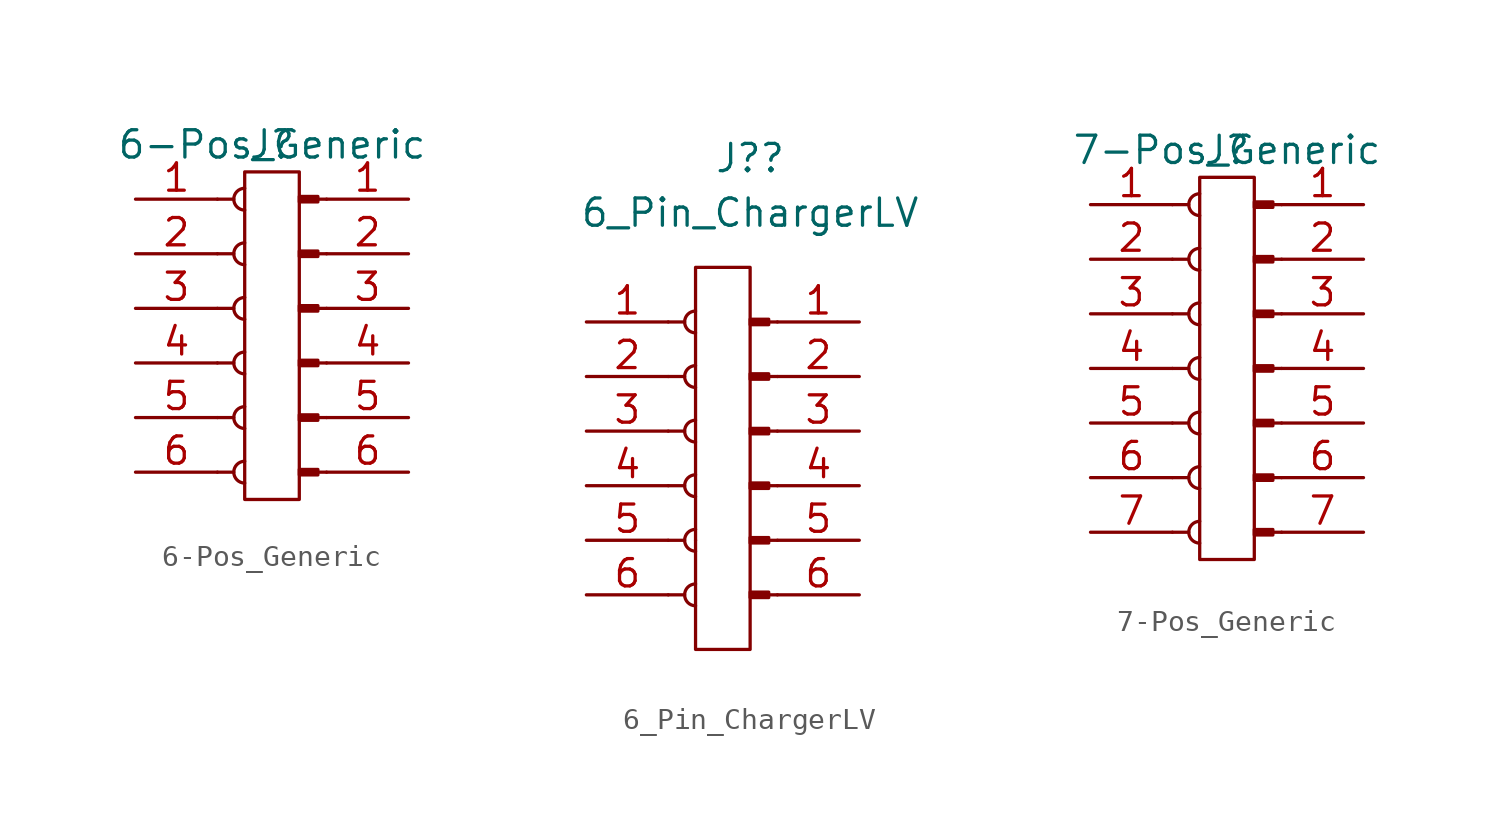
<source format=kicad_sym>
(kicad_symbol_lib
  (version 20211014)
  (generator kicad_symbol_editor)
  (symbol "6-Pos_Generic"
    (pin_names
      (offset 1.016))
    (property "Reference" "J"
      (at 0 0 0)
      (effects (font (size 1.27 1.27))))
    (property "Value" "6-Pos_Generic"
      (at 0 0 0)
      (effects (font (size 1.27 1.27))))
    (symbol "6-Pos_Generic_0_1"
      (rectangle (start -1.27 -1.27) (end 1.27 -16.51) (stroke (width 0) (type default) (color 0 0 0 0)) (fill (type none))))
    (symbol "6-Pos_Generic_1_1"
      (arc (start -1.27 -14.732) (mid -1.778 -15.24) (end -1.27 -15.748) (stroke (width 0.1524) (type default) (color 0 0 0 0)) (fill (type none)))
      (arc (start -1.27 -12.192) (mid -1.778 -12.7) (end -1.27 -13.208) (stroke (width 0.1524) (type default) (color 0 0 0 0)) (fill (type none)))
      (arc (start -1.27 -9.652) (mid -1.778 -10.16) (end -1.27 -10.668) (stroke (width 0.1524) (type default) (color 0 0 0 0)) (fill (type none)))
      (arc (start -1.27 -7.112) (mid -1.778 -7.62) (end -1.27 -8.128) (stroke (width 0.1524) (type default) (color 0 0 0 0)) (fill (type none)))
      (arc (start -1.27 -4.572) (mid -1.778 -5.08) (end -1.27 -5.588) (stroke (width 0.1524) (type default) (color 0 0 0 0)) (fill (type none)))
      (arc (start -1.27 -2.032) (mid -1.778 -2.54) (end -1.27 -3.048) (stroke (width 0.1524) (type default) (color 0 0 0 0)) (fill (type none)))
      (polyline (pts (xy -2.54 -15.24) (xy -1.778 -15.24)) (stroke (width 0.152) (type default) (color 0 0 0 0)) (fill (type none)))
      (polyline (pts (xy -2.54 -12.7) (xy -1.778 -12.7)) (stroke (width 0.152) (type default) (color 0 0 0 0)) (fill (type none)))
      (polyline (pts (xy -2.54 -10.16) (xy -1.778 -10.16)) (stroke (width 0.152) (type default) (color 0 0 0 0)) (fill (type none)))
      (polyline (pts (xy -2.54 -7.62) (xy -1.778 -7.62)) (stroke (width 0.152) (type default) (color 0 0 0 0)) (fill (type none)))
      (polyline (pts (xy -2.54 -5.08) (xy -1.778 -5.08)) (stroke (width 0.152) (type default) (color 0 0 0 0)) (fill (type none)))
      (polyline (pts (xy -2.54 -2.54) (xy -1.778 -2.54)) (stroke (width 0.152) (type default) (color 0 0 0 0)) (fill (type none)))
      (polyline (pts (xy 2.54 -15.24) (xy 2.134 -15.24)) (stroke (width 0.152) (type default) (color 0 0 0 0)) (fill (type none)))
      (polyline (pts (xy 2.54 -12.7) (xy 2.134 -12.7)) (stroke (width 0.152) (type default) (color 0 0 0 0)) (fill (type none)))
      (polyline (pts (xy 2.54 -10.16) (xy 2.134 -10.16)) (stroke (width 0.152) (type default) (color 0 0 0 0)) (fill (type none)))
      (polyline (pts (xy 2.54 -7.62) (xy 2.134 -7.62)) (stroke (width 0.152) (type default) (color 0 0 0 0)) (fill (type none)))
      (polyline (pts (xy 2.54 -5.08) (xy 2.134 -5.08)) (stroke (width 0.152) (type default) (color 0 0 0 0)) (fill (type none)))
      (polyline (pts (xy 2.54 -2.54) (xy 2.134 -2.54)) (stroke (width 0.152) (type default) (color 0 0 0 0)) (fill (type none)))
      (rectangle (start 2.134 -15.113) (end 1.27 -15.367) (stroke (width 0.152) (type default) (color 0 0 0 0)) (fill (type outline)))
      (rectangle (start 2.134 -12.573) (end 1.27 -12.827) (stroke (width 0.152) (type default) (color 0 0 0 0)) (fill (type outline)))
      (rectangle (start 2.134 -10.033) (end 1.27 -10.287) (stroke (width 0.152) (type default) (color 0 0 0 0)) (fill (type outline)))
      (rectangle (start 2.134 -7.493) (end 1.27 -7.747) (stroke (width 0.152) (type default) (color 0 0 0 0)) (fill (type outline)))
      (rectangle (start 2.134 -4.953) (end 1.27 -5.207) (stroke (width 0.152) (type default) (color 0 0 0 0)) (fill (type outline)))
      (rectangle (start 2.134 -2.413) (end 1.27 -2.667) (stroke (width 0.152) (type default) (color 0 0 0 0)) (fill (type outline)))
      (pin passive line (at -6.35 -2.54 0) (length 3.81) (name "~" (effects (font (size 1.27 1.27)))) (number "1" (effects (font (size 1.27 1.27)))))
      (pin passive line (at 6.35 -2.54 180) (length 3.81) (name "~" (effects (font (size 1.27 1.27)))) (number "1" (effects (font (size 1.27 1.27)))))
      (pin passive line (at -6.35 -5.08 0) (length 3.81) (name "~" (effects (font (size 1.27 1.27)))) (number "2" (effects (font (size 1.27 1.27)))))
      (pin passive line (at 6.35 -5.08 180) (length 3.81) (name "~" (effects (font (size 1.27 1.27)))) (number "2" (effects (font (size 1.27 1.27)))))
      (pin passive line (at -6.35 -7.62 0) (length 3.81) (name "~" (effects (font (size 1.27 1.27)))) (number "3" (effects (font (size 1.27 1.27)))))
      (pin passive line (at 6.35 -7.62 180) (length 3.81) (name "~" (effects (font (size 1.27 1.27)))) (number "3" (effects (font (size 1.27 1.27)))))
      (pin passive line (at -6.35 -10.16 0) (length 3.81) (name "~" (effects (font (size 1.27 1.27)))) (number "4" (effects (font (size 1.27 1.27)))))
      (pin passive line (at 6.35 -10.16 180) (length 3.81) (name "~" (effects (font (size 1.27 1.27)))) (number "4" (effects (font (size 1.27 1.27)))))
      (pin passive line (at -6.35 -12.7 0) (length 3.81) (name "~" (effects (font (size 1.27 1.27)))) (number "5" (effects (font (size 1.27 1.27)))))
      (pin passive line (at 6.35 -12.7 180) (length 3.81) (name "~" (effects (font (size 1.27 1.27)))) (number "5" (effects (font (size 1.27 1.27)))))
      (pin passive line (at -6.35 -15.24 0) (length 3.81) (name "~" (effects (font (size 1.27 1.27)))) (number "6" (effects (font (size 1.27 1.27)))))
      (pin passive line (at 6.35 -15.24 180) (length 3.81) (name "~" (effects (font (size 1.27 1.27)))) (number "6" (effects (font (size 1.27 1.27)))))))
  (symbol "6_Pin_ChargerLV"
    (pin_names
      (offset 1.016) hide)
    (property "Reference" "J?"
      (at 0 12.7 0)
      (effects (font (size 1.27 1.27))))
    (property "Value" "6_Pin_ChargerLV"
      (at 0 10.16 0)
      (effects (font (size 1.27 1.27))))
    (symbol "6_Pin_ChargerLV_0_1"
      (rectangle (start -2.54 -5.08) (end -2.54 -5.08) (stroke (width 0) (type default) (color 0 0 0 0)) (fill (type none)))
      (rectangle (start -2.54 7.62) (end 0 -10.16) (stroke (width 0) (type default) (color 0 0 0 0)) (fill (type none))))
    (symbol "6_Pin_ChargerLV_1_1"
      (arc (start -2.54 -7.112) (mid -3.048 -7.62) (end -2.54 -8.128) (stroke (width 0.1524) (type default) (color 0 0 0 0)) (fill (type none)))
      (arc (start -2.54 -4.572) (mid -3.048 -5.08) (end -2.54 -5.588) (stroke (width 0.1524) (type default) (color 0 0 0 0)) (fill (type none)))
      (arc (start -2.54 -2.032) (mid -3.048 -2.54) (end -2.54 -3.048) (stroke (width 0.1524) (type default) (color 0 0 0 0)) (fill (type none)))
      (arc (start -2.54 0.508) (mid -3.048 0) (end -2.54 -0.508) (stroke (width 0.1524) (type default) (color 0 0 0 0)) (fill (type none)))
      (arc (start -2.54 3.048) (mid -3.048 2.54) (end -2.54 2.032) (stroke (width 0.1524) (type default) (color 0 0 0 0)) (fill (type none)))
      (arc (start -2.54 5.588) (mid -3.048 5.08) (end -2.54 4.572) (stroke (width 0.1524) (type default) (color 0 0 0 0)) (fill (type none)))
      (polyline (pts (xy -3.81 -7.62) (xy -3.048 -7.62)) (stroke (width 0.152) (type default) (color 0 0 0 0)) (fill (type none)))
      (polyline (pts (xy -3.81 -5.08) (xy -3.048 -5.08)) (stroke (width 0.152) (type default) (color 0 0 0 0)) (fill (type none)))
      (polyline (pts (xy -3.81 -2.54) (xy -3.048 -2.54)) (stroke (width 0.152) (type default) (color 0 0 0 0)) (fill (type none)))
      (polyline (pts (xy -3.81 0) (xy -3.048 0)) (stroke (width 0.152) (type default) (color 0 0 0 0)) (fill (type none)))
      (polyline (pts (xy -3.81 2.54) (xy -3.048 2.54)) (stroke (width 0.152) (type default) (color 0 0 0 0)) (fill (type none)))
      (polyline (pts (xy -3.81 5.08) (xy -3.048 5.08)) (stroke (width 0.152) (type default) (color 0 0 0 0)) (fill (type none)))
      (polyline (pts (xy 1.27 -7.62) (xy 0.864 -7.62)) (stroke (width 0.152) (type default) (color 0 0 0 0)) (fill (type none)))
      (polyline (pts (xy 1.27 -5.08) (xy 0.864 -5.08)) (stroke (width 0.152) (type default) (color 0 0 0 0)) (fill (type none)))
      (polyline (pts (xy 1.27 -2.54) (xy 0.864 -2.54)) (stroke (width 0.152) (type default) (color 0 0 0 0)) (fill (type none)))
      (polyline (pts (xy 1.27 0) (xy 0.864 0)) (stroke (width 0.152) (type default) (color 0 0 0 0)) (fill (type none)))
      (polyline (pts (xy 1.27 2.54) (xy 0.864 2.54)) (stroke (width 0.152) (type default) (color 0 0 0 0)) (fill (type none)))
      (polyline (pts (xy 1.27 5.08) (xy 0.864 5.08)) (stroke (width 0.152) (type default) (color 0 0 0 0)) (fill (type none)))
      (rectangle (start 0.864 -7.493) (end 0 -7.747) (stroke (width 0.152) (type default) (color 0 0 0 0)) (fill (type outline)))
      (rectangle (start 0.864 -4.953) (end 0 -5.207) (stroke (width 0.152) (type default) (color 0 0 0 0)) (fill (type outline)))
      (rectangle (start 0.864 -2.413) (end 0 -2.667) (stroke (width 0.152) (type default) (color 0 0 0 0)) (fill (type outline)))
      (rectangle (start 0.864 0.127) (end 0 -0.127) (stroke (width 0.152) (type default) (color 0 0 0 0)) (fill (type outline)))
      (rectangle (start 0.864 2.667) (end 0 2.413) (stroke (width 0.152) (type default) (color 0 0 0 0)) (fill (type outline)))
      (rectangle (start 0.864 5.207) (end 0 4.953) (stroke (width 0.152) (type default) (color 0 0 0 0)) (fill (type outline)))
      (pin passive line (at -7.62 5.08 0) (length 3.81) (name "Pin_1" (effects (font (size 1.27 1.27)))) (number "1" (effects (font (size 1.27 1.27)))))
      (pin passive line (at 5.08 5.08 180) (length 3.81) (name "Pin_1" (effects (font (size 1.27 1.27)))) (number "1" (effects (font (size 1.27 1.27)))))
      (pin passive line (at -7.62 2.54 0) (length 3.81) (name "Pin_2" (effects (font (size 1.27 1.27)))) (number "2" (effects (font (size 1.27 1.27)))))
      (pin passive line (at 5.08 2.54 180) (length 3.81) (name "Pin_2" (effects (font (size 1.27 1.27)))) (number "2" (effects (font (size 1.27 1.27)))))
      (pin passive line (at -7.62 0 0) (length 3.81) (name "Pin_3" (effects (font (size 1.27 1.27)))) (number "3" (effects (font (size 1.27 1.27)))))
      (pin passive line (at 5.08 0 180) (length 3.81) (name "Pin_3" (effects (font (size 1.27 1.27)))) (number "3" (effects (font (size 1.27 1.27)))))
      (pin passive line (at -7.62 -2.54 0) (length 3.81) (name "Pin_4" (effects (font (size 1.27 1.27)))) (number "4" (effects (font (size 1.27 1.27)))))
      (pin passive line (at 5.08 -2.54 180) (length 3.81) (name "Pin_4" (effects (font (size 1.27 1.27)))) (number "4" (effects (font (size 1.27 1.27)))))
      (pin passive line (at -7.62 -5.08 0) (length 3.81) (name "Pin_5" (effects (font (size 1.27 1.27)))) (number "5" (effects (font (size 1.27 1.27)))))
      (pin passive line (at 5.08 -5.08 180) (length 3.81) (name "Pin_5" (effects (font (size 1.27 1.27)))) (number "5" (effects (font (size 1.27 1.27)))))
      (pin passive line (at -7.62 -7.62 0) (length 3.81) (name "Pin_6" (effects (font (size 1.27 1.27)))) (number "6" (effects (font (size 1.27 1.27)))))
      (pin passive line (at 5.08 -7.62 180) (length 3.81) (name "Pin_6" (effects (font (size 1.27 1.27)))) (number "6" (effects (font (size 1.27 1.27)))))))
  (symbol "7-Pos_Generic"
    (pin_names
      (offset 1.016))
    (property "Reference" "J"
      (at 0 0 0)
      (effects (font (size 1.27 1.27))))
    (property "Value" "7-Pos_Generic"
      (at 0 0 0)
      (effects (font (size 1.27 1.27))))
    (symbol "7-Pos_Generic_0_1"
      (rectangle (start -1.27 -1.27) (end 1.27 -19.05) (stroke (width 0) (type default) (color 0 0 0 0)) (fill (type none))))
    (symbol "7-Pos_Generic_1_1"
      (arc (start -1.27 -17.272) (mid -1.778 -17.78) (end -1.27 -18.288) (stroke (width 0.1524) (type default) (color 0 0 0 0)) (fill (type none)))
      (arc (start -1.27 -14.732) (mid -1.778 -15.24) (end -1.27 -15.748) (stroke (width 0.1524) (type default) (color 0 0 0 0)) (fill (type none)))
      (arc (start -1.27 -12.192) (mid -1.778 -12.7) (end -1.27 -13.208) (stroke (width 0.1524) (type default) (color 0 0 0 0)) (fill (type none)))
      (arc (start -1.27 -9.652) (mid -1.778 -10.16) (end -1.27 -10.668) (stroke (width 0.1524) (type default) (color 0 0 0 0)) (fill (type none)))
      (arc (start -1.27 -7.112) (mid -1.778 -7.62) (end -1.27 -8.128) (stroke (width 0.1524) (type default) (color 0 0 0 0)) (fill (type none)))
      (arc (start -1.27 -4.572) (mid -1.778 -5.08) (end -1.27 -5.588) (stroke (width 0.1524) (type default) (color 0 0 0 0)) (fill (type none)))
      (arc (start -1.27 -2.032) (mid -1.778 -2.54) (end -1.27 -3.048) (stroke (width 0.1524) (type default) (color 0 0 0 0)) (fill (type none)))
      (polyline (pts (xy -2.54 -17.78) (xy -1.778 -17.78)) (stroke (width 0.152) (type default) (color 0 0 0 0)) (fill (type none)))
      (polyline (pts (xy -2.54 -15.24) (xy -1.778 -15.24)) (stroke (width 0.152) (type default) (color 0 0 0 0)) (fill (type none)))
      (polyline (pts (xy -2.54 -12.7) (xy -1.778 -12.7)) (stroke (width 0.152) (type default) (color 0 0 0 0)) (fill (type none)))
      (polyline (pts (xy -2.54 -10.16) (xy -1.778 -10.16)) (stroke (width 0.152) (type default) (color 0 0 0 0)) (fill (type none)))
      (polyline (pts (xy -2.54 -7.62) (xy -1.778 -7.62)) (stroke (width 0.152) (type default) (color 0 0 0 0)) (fill (type none)))
      (polyline (pts (xy -2.54 -5.08) (xy -1.778 -5.08)) (stroke (width 0.152) (type default) (color 0 0 0 0)) (fill (type none)))
      (polyline (pts (xy -2.54 -2.54) (xy -1.778 -2.54)) (stroke (width 0.152) (type default) (color 0 0 0 0)) (fill (type none)))
      (polyline (pts (xy 2.54 -17.78) (xy 2.134 -17.78)) (stroke (width 0.152) (type default) (color 0 0 0 0)) (fill (type none)))
      (polyline (pts (xy 2.54 -15.24) (xy 2.134 -15.24)) (stroke (width 0.152) (type default) (color 0 0 0 0)) (fill (type none)))
      (polyline (pts (xy 2.54 -12.7) (xy 2.134 -12.7)) (stroke (width 0.152) (type default) (color 0 0 0 0)) (fill (type none)))
      (polyline (pts (xy 2.54 -10.16) (xy 2.134 -10.16)) (stroke (width 0.152) (type default) (color 0 0 0 0)) (fill (type none)))
      (polyline (pts (xy 2.54 -7.62) (xy 2.134 -7.62)) (stroke (width 0.152) (type default) (color 0 0 0 0)) (fill (type none)))
      (polyline (pts (xy 2.54 -5.08) (xy 2.134 -5.08)) (stroke (width 0.152) (type default) (color 0 0 0 0)) (fill (type none)))
      (polyline (pts (xy 2.54 -2.54) (xy 2.134 -2.54)) (stroke (width 0.152) (type default) (color 0 0 0 0)) (fill (type none)))
      (rectangle (start 2.134 -17.653) (end 1.27 -17.907) (stroke (width 0.152) (type default) (color 0 0 0 0)) (fill (type outline)))
      (rectangle (start 2.134 -15.113) (end 1.27 -15.367) (stroke (width 0.152) (type default) (color 0 0 0 0)) (fill (type outline)))
      (rectangle (start 2.134 -12.573) (end 1.27 -12.827) (stroke (width 0.152) (type default) (color 0 0 0 0)) (fill (type outline)))
      (rectangle (start 2.134 -10.033) (end 1.27 -10.287) (stroke (width 0.152) (type default) (color 0 0 0 0)) (fill (type outline)))
      (rectangle (start 2.134 -7.493) (end 1.27 -7.747) (stroke (width 0.152) (type default) (color 0 0 0 0)) (fill (type outline)))
      (rectangle (start 2.134 -4.953) (end 1.27 -5.207) (stroke (width 0.152) (type default) (color 0 0 0 0)) (fill (type outline)))
      (rectangle (start 2.134 -2.413) (end 1.27 -2.667) (stroke (width 0.152) (type default) (color 0 0 0 0)) (fill (type outline)))
      (pin passive line (at -6.35 -2.54 0) (length 3.81) (name "~" (effects (font (size 1.27 1.27)))) (number "1" (effects (font (size 1.27 1.27)))))
      (pin passive line (at 6.35 -2.54 180) (length 3.81) (name "~" (effects (font (size 1.27 1.27)))) (number "1" (effects (font (size 1.27 1.27)))))
      (pin passive line (at -6.35 -5.08 0) (length 3.81) (name "~" (effects (font (size 1.27 1.27)))) (number "2" (effects (font (size 1.27 1.27)))))
      (pin passive line (at 6.35 -5.08 180) (length 3.81) (name "~" (effects (font (size 1.27 1.27)))) (number "2" (effects (font (size 1.27 1.27)))))
      (pin passive line (at -6.35 -7.62 0) (length 3.81) (name "~" (effects (font (size 1.27 1.27)))) (number "3" (effects (font (size 1.27 1.27)))))
      (pin passive line (at 6.35 -7.62 180) (length 3.81) (name "~" (effects (font (size 1.27 1.27)))) (number "3" (effects (font (size 1.27 1.27)))))
      (pin passive line (at -6.35 -10.16 0) (length 3.81) (name "~" (effects (font (size 1.27 1.27)))) (number "4" (effects (font (size 1.27 1.27)))))
      (pin passive line (at 6.35 -10.16 180) (length 3.81) (name "~" (effects (font (size 1.27 1.27)))) (number "4" (effects (font (size 1.27 1.27)))))
      (pin passive line (at -6.35 -12.7 0) (length 3.81) (name "~" (effects (font (size 1.27 1.27)))) (number "5" (effects (font (size 1.27 1.27)))))
      (pin passive line (at 6.35 -12.7 180) (length 3.81) (name "~" (effects (font (size 1.27 1.27)))) (number "5" (effects (font (size 1.27 1.27)))))
      (pin passive line (at -6.35 -15.24 0) (length 3.81) (name "~" (effects (font (size 1.27 1.27)))) (number "6" (effects (font (size 1.27 1.27)))))
      (pin passive line (at 6.35 -15.24 180) (length 3.81) (name "~" (effects (font (size 1.27 1.27)))) (number "6" (effects (font (size 1.27 1.27)))))
      (pin passive line (at -6.35 -17.78 0) (length 3.81) (name "~" (effects (font (size 1.27 1.27)))) (number "7" (effects (font (size 1.27 1.27)))))
      (pin passive line (at 6.35 -17.78 180) (length 3.81) (name "~" (effects (font (size 1.27 1.27)))) (number "7" (effects (font (size 1.27 1.27))))))))
</source>
